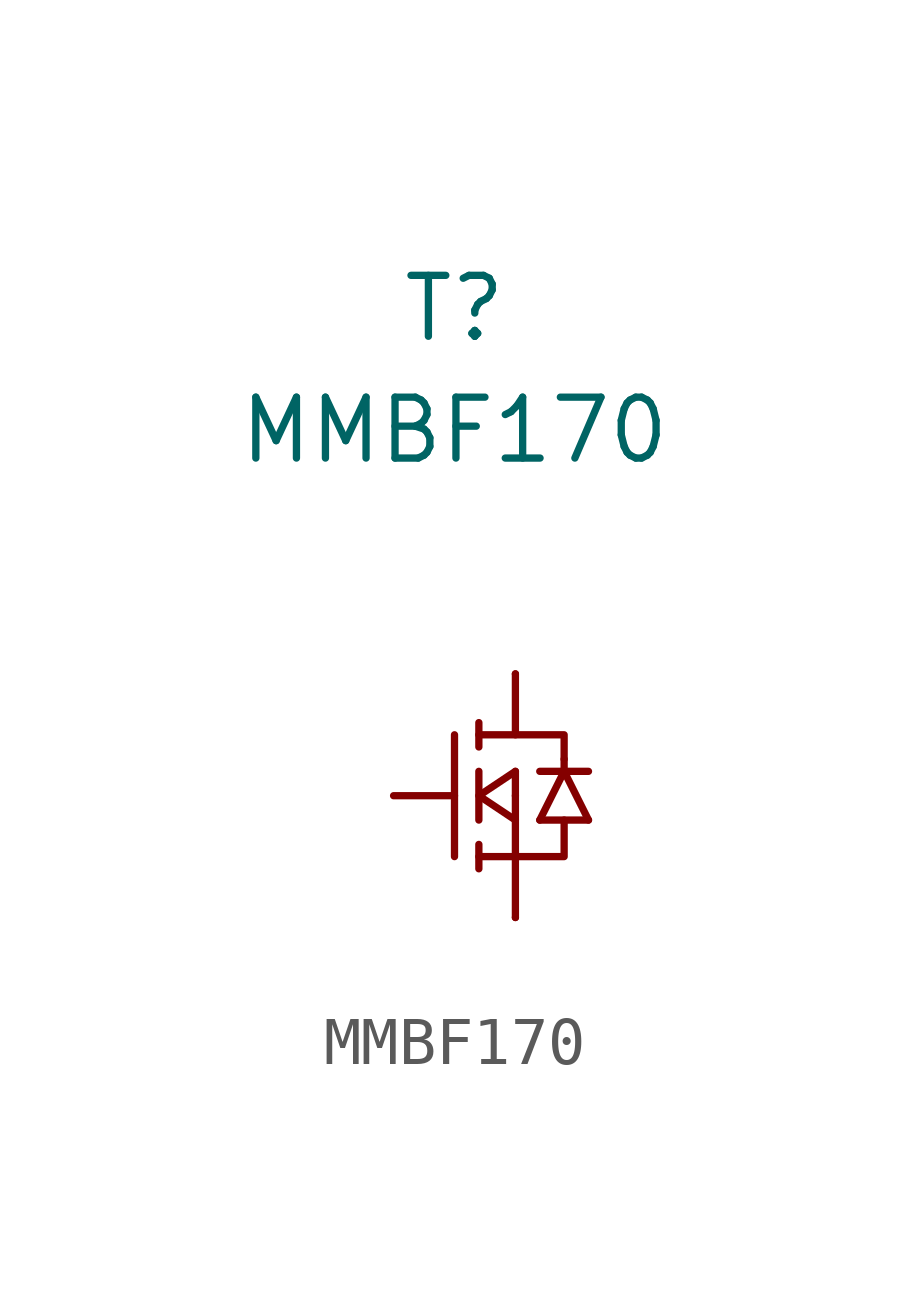
<source format=kicad_sym>
(kicad_symbol_lib
  (version 20220914)
  (generator kicad_symbol_editor)
  (symbol "MMBF170"
    (pin_numbers hide)
    (pin_names
      (offset 1.016) hide)
    (property "Reference" "T"
      (at -1.27 10.16 0)
      (effects (font (size 1.27 1.27))))
    (property "Value" "MMBF170"
      (at -1.27 7.62 0)
      (effects (font (size 1.27 1.27))))
    (symbol "MMBF170_0_1"
      (polyline (pts (xy -1.27 1.27) (xy -1.27 -1.27)) (stroke (width 0) (type solid)) (fill (type none)))
      (polyline (pts (xy -0.762 -1.016) (xy -0.762 -1.524)) (stroke (width 0) (type solid)) (fill (type none)))
      (polyline (pts (xy -0.762 0.508) (xy -0.762 -0.508)) (stroke (width 0) (type solid)) (fill (type none)))
      (polyline (pts (xy -0.762 1.524) (xy -0.762 1.016)) (stroke (width 0) (type solid)) (fill (type none)))
      (polyline (pts (xy 0 -1.27) (xy 0 -2.54)) (stroke (width 0) (type solid)) (fill (type none)))
      (polyline (pts (xy 0 0) (xy 0 -1.27)) (stroke (width 0) (type solid)) (fill (type none)))
      (polyline (pts (xy 0 0) (xy 0 0.508)) (stroke (width 0) (type solid)) (fill (type none)))
      (polyline (pts (xy 0 1.27) (xy 0 2.54)) (stroke (width 0) (type solid)) (fill (type none)))
      (polyline (pts (xy 0.508 -0.508) (xy 1.524 -0.508)) (stroke (width 0) (type solid)) (fill (type none)))
      (polyline (pts (xy 0.508 0.508) (xy 1.524 0.508)) (stroke (width 0) (type solid)) (fill (type none)))
      (polyline (pts (xy 1.016 0.508) (xy 1.016 0.762)) (stroke (width 0) (type solid)) (fill (type none)))
      (polyline (pts (xy -0.762 -1.27) (xy 1.016 -1.27) (xy 1.016 -0.508)) (stroke (width 0) (type solid)) (fill (type none)))
      (polyline (pts (xy -0.762 1.27) (xy 1.016 1.27) (xy 1.016 0.762)) (stroke (width 0) (type solid)) (fill (type none)))
      (polyline (pts (xy 0 0.508) (xy -0.762 0) (xy 0 -0.508)) (stroke (width 0) (type solid)) (fill (type none)))
      (polyline (pts (xy 0.508 -0.508) (xy 1.016 0.508) (xy 1.524 -0.508)) (stroke (width 0) (type solid)) (fill (type none))))
    (symbol "MMBF170_1_1"
      (pin input line (at -2.54 0 0) (length 1.27) (name "G" (effects (font (size 1.27 1.27)))) (number "1" (effects (font (size 1.27 1.27)))))
      (pin passive line (at 0 -2.54 0) (length 0) (name "S" (effects (font (size 1.27 1.27)))) (number "2" (effects (font (size 1.27 1.27)))))
      (pin passive line (at 0 2.54 0) (length 0) (name "D" (effects (font (size 1.27 1.27)))) (number "3" (effects (font (size 1.27 1.27))))))))
</source>
